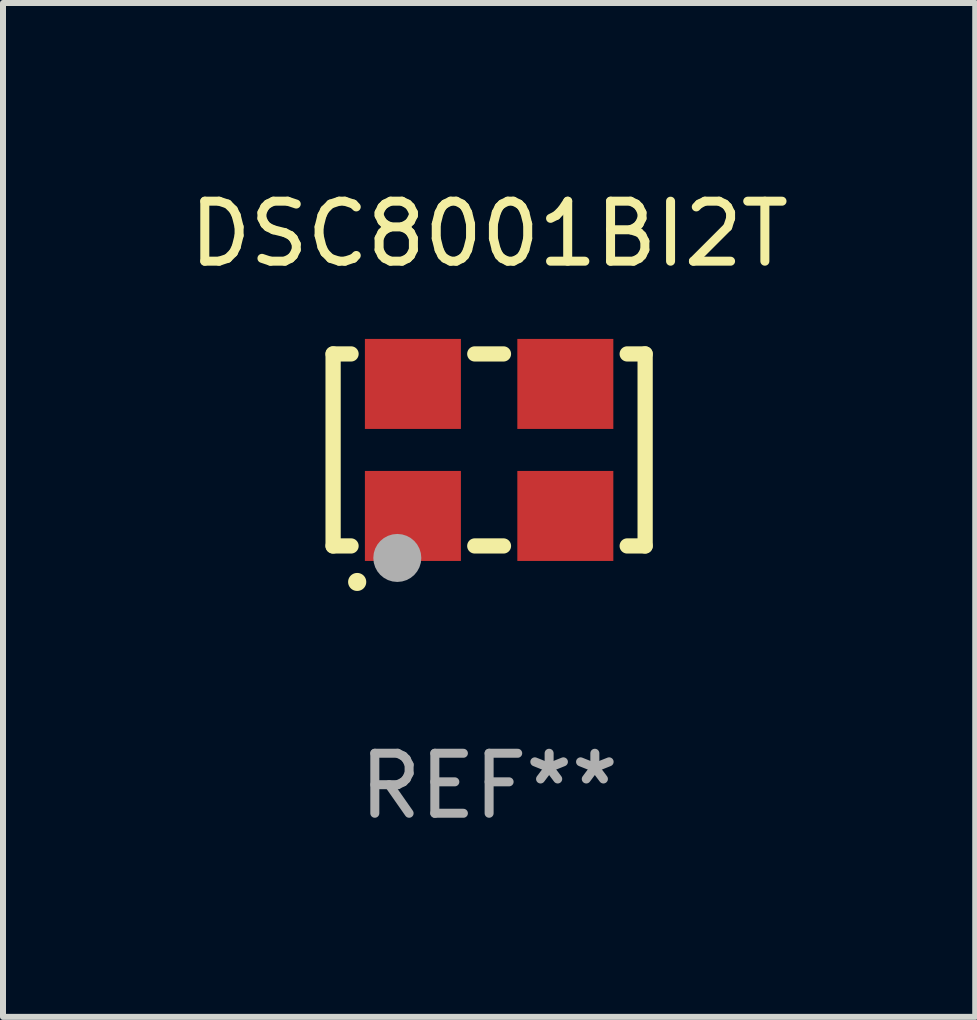
<source format=kicad_pcb>
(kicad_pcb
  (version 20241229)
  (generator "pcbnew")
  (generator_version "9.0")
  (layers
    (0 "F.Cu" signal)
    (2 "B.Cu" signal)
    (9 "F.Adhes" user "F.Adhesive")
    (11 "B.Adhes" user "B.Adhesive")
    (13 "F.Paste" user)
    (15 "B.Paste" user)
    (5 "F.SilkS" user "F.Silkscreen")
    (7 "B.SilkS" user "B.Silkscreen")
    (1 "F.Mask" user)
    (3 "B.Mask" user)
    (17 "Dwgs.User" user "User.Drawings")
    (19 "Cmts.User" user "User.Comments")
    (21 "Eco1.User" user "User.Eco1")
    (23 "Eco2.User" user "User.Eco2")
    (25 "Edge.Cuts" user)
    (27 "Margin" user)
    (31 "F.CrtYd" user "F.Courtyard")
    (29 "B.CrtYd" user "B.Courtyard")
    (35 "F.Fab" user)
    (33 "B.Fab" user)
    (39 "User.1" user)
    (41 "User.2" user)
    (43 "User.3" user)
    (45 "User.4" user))
  (footprint "DSC8001BI2T"
    (layer "F.Cu")
    (at 5.101 4.448)
    (property "Reference" "DSC8001BI2T" (at 0 -3.6 0) (layer "F.SilkS") (effects (font (size 1 1) (thickness 0.15))))
    (attr through_hole)
    (fp_line (start -2.6 -1.6) (end -2.301 -1.6) (stroke (width 0.254) (type solid)) (layer "F.SilkS"))
    (fp_line (start -2.6 1.6) (end -2.6 -1.6) (stroke (width 0.254) (type solid)) (layer "F.SilkS"))
    (fp_line (start -2.301 1.6) (end -2.6 1.6) (stroke (width 0.254) (type solid)) (layer "F.SilkS"))
    (fp_line (start -0.239 -1.6) (end 0.239 -1.6) (stroke (width 0.254) (type solid)) (layer "F.SilkS"))
    (fp_line (start 0.239 1.6) (end -0.239 1.6) (stroke (width 0.254) (type solid)) (layer "F.SilkS"))
    (fp_line (start 2.301 -1.6) (end 2.6 -1.6) (stroke (width 0.254) (type solid)) (layer "F.SilkS"))
    (fp_line (start 2.6 -1.6) (end 2.6 1.6) (stroke (width 0.254) (type solid)) (layer "F.SilkS"))
    (fp_line (start 2.6 1.6) (end 2.301 1.6) (stroke (width 0.254) (type solid)) (layer "F.SilkS"))
    (fp_arc (start -2.2 2.2) (mid -2.19873 2.199995) (end -2.19746 2.2) (stroke (width 0.3) (type solid)) (layer "F.SilkS"))
    (fp_circle (center -2.5 1.6) (end -2.45 1.6) (stroke (width 0.1) (type solid)) (fill no) (layer "F.SilkS"))
    (fp_circle (center -1.53 1.8) (end -1.33 1.8) (stroke (width 0.4) (type solid)) (fill no) (layer "F.Fab"))
    (fp_text user "REF**" (at 0 5.6 0) (layer "F.Fab") (effects (font (size 1 1) (thickness 0.15))))
    (pad "1" smd rect (at -1.27 1.1) (size 1.6 1.5) (layers "F.Cu" "F.Mask" "F.Paste"))
    (pad "2" smd rect (at 1.27 1.1) (size 1.6 1.5) (layers "F.Cu" "F.Mask" "F.Paste"))
    (pad "3" smd rect (at 1.27 -1.1) (size 1.6 1.5) (layers "F.Cu" "F.Mask" "F.Paste"))
    (pad "4" smd rect (at -1.27 -1.1) (size 1.6 1.5) (layers "F.Cu" "F.Mask" "F.Paste")))
  (gr_rect
    (start -3 -3)
    (end 13.202 13.896)
    (stroke (width 0.1) (type default))
    (fill no)
    (layer "Edge.Cuts")))
</source>
